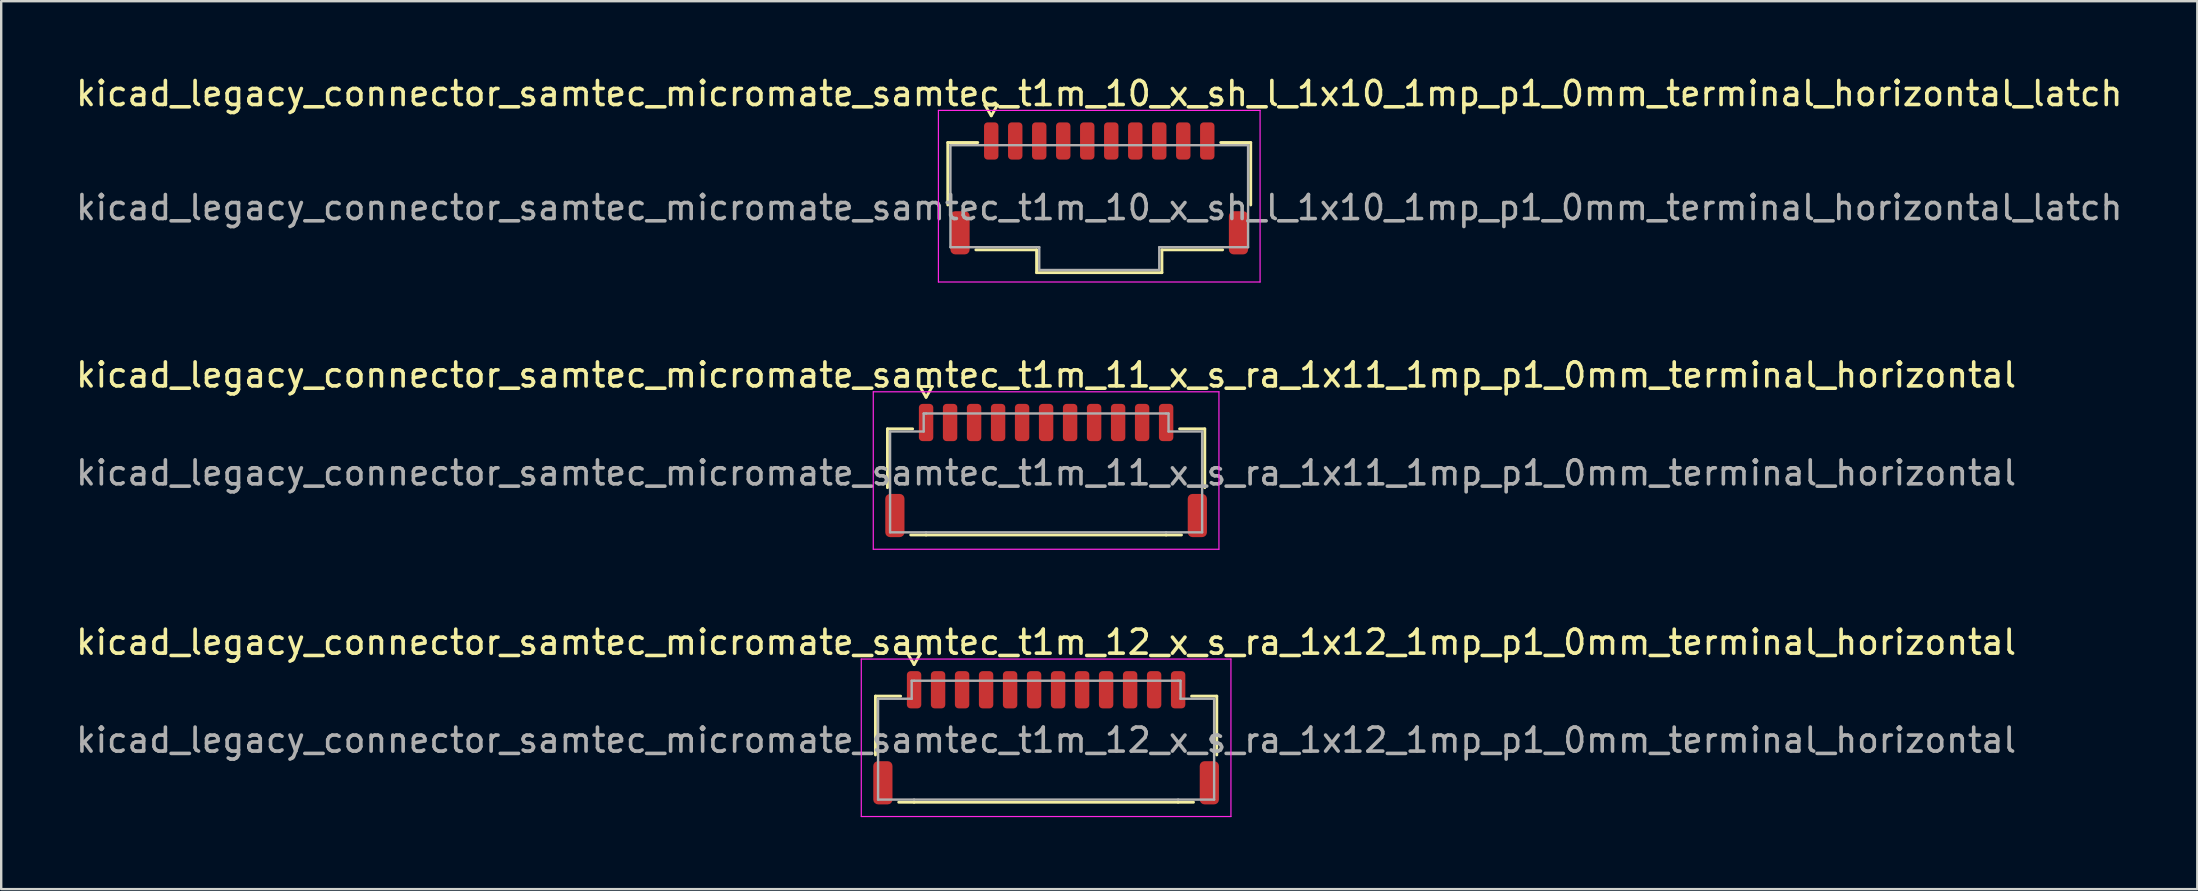
<source format=kicad_pcb>
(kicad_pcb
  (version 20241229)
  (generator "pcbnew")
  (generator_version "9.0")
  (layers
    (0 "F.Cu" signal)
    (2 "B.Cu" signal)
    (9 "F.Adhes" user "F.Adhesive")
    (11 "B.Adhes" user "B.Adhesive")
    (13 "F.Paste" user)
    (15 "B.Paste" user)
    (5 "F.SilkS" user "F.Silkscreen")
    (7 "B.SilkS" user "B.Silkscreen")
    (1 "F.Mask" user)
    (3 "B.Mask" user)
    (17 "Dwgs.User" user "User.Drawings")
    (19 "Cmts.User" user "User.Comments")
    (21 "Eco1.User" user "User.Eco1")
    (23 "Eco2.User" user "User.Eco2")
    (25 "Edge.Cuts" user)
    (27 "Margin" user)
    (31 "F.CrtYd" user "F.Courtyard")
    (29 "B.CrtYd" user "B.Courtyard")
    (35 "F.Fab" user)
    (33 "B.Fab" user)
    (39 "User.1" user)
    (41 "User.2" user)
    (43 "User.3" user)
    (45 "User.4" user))
  (footprint "kicad_legacy_connector_samtec_micromate_samtec_t1m_10_x_sh_l_1x10_1mp_p1_0mm_terminal_horizontal_latch"
    (layer "F.Cu")
    (at 42.744 5.598)
    (property "Reference" "kicad_legacy_connector_samtec_micromate_samtec_t1m_10_x_sh_l_1x10_1mp_p1_0mm_terminal_horizontal_latch" (at 0 -4.75 0) (layer "F.SilkS") (effects (font (size 1 1) (thickness 0.15))))
    (attr smd)
    (fp_line (start -6.31 -2.71) (end -5.06 -2.71) (stroke (width 0.12) (type solid)) (layer "F.SilkS"))
    (fp_line (start -6.31 -0.11) (end -6.31 -2.71) (stroke (width 0.12) (type solid)) (layer "F.SilkS"))
    (fp_line (start -4.76 -4.275) (end -4.5 -3.825) (stroke (width 0.12) (type solid)) (layer "F.SilkS"))
    (fp_line (start -4.5 -3.825) (end -4.24 -4.275) (stroke (width 0.12) (type solid)) (layer "F.SilkS"))
    (fp_line (start -4.24 -4.275) (end -4.76 -4.275) (stroke (width 0.12) (type solid)) (layer "F.SilkS"))
    (fp_line (start -2.61 1.76) (end -5.14 1.76) (stroke (width 0.12) (type solid)) (layer "F.SilkS"))
    (fp_line (start -2.61 2.71) (end -2.61 1.76) (stroke (width 0.12) (type solid)) (layer "F.SilkS"))
    (fp_line (start 2.61 1.76) (end 2.61 2.71) (stroke (width 0.12) (type solid)) (layer "F.SilkS"))
    (fp_line (start 2.61 2.71) (end -2.61 2.71) (stroke (width 0.12) (type solid)) (layer "F.SilkS"))
    (fp_line (start 5.06 -2.71) (end 6.31 -2.71) (stroke (width 0.12) (type solid)) (layer "F.SilkS"))
    (fp_line (start 5.14 1.76) (end 2.61 1.76) (stroke (width 0.12) (type solid)) (layer "F.SilkS"))
    (fp_line (start 6.31 -2.71) (end 6.31 -0.11) (stroke (width 0.12) (type solid)) (layer "F.SilkS"))
    (fp_line (start -6.7 -4.05) (end -6.7 3.1) (stroke (width 0.05) (type solid)) (layer "F.CrtYd"))
    (fp_line (start -6.7 3.1) (end 6.7 3.1) (stroke (width 0.05) (type solid)) (layer "F.CrtYd"))
    (fp_line (start 6.7 -4.05) (end -6.7 -4.05) (stroke (width 0.05) (type solid)) (layer "F.CrtYd"))
    (fp_line (start 6.7 3.1) (end 6.7 -4.05) (stroke (width 0.05) (type solid)) (layer "F.CrtYd"))
    (fp_line (start -6.2 -2.6) (end 6.2 -2.6) (stroke (width 0.1) (type solid)) (layer "F.Fab"))
    (fp_line (start -6.2 1.65) (end -6.2 -2.6) (stroke (width 0.1) (type solid)) (layer "F.Fab"))
    (fp_line (start -2.5 1.65) (end -6.2 1.65) (stroke (width 0.1) (type solid)) (layer "F.Fab"))
    (fp_line (start -2.5 2.6) (end -2.5 1.65) (stroke (width 0.1) (type solid)) (layer "F.Fab"))
    (fp_line (start 2.5 1.65) (end 2.5 2.6) (stroke (width 0.1) (type solid)) (layer "F.Fab"))
    (fp_line (start 2.5 2.6) (end -2.5 2.6) (stroke (width 0.1) (type solid)) (layer "F.Fab"))
    (fp_line (start 6.2 -2.6) (end 6.2 1.65) (stroke (width 0.1) (type solid)) (layer "F.Fab"))
    (fp_line (start 6.2 1.65) (end 2.5 1.65) (stroke (width 0.1) (type solid)) (layer "F.Fab"))
    (fp_text user "${REFERENCE}" (at 0 0 0) (layer "F.Fab") (effects (font (size 1 1) (thickness 0.15))))
    (pad "1" smd roundrect (at -4.5 -2.775) (size 0.6 1.55) (layers "F.Cu" "F.Mask" "F.Paste") (roundrect_rratio 0.25))
    (pad "2" smd roundrect (at -3.5 -2.775) (size 0.6 1.55) (layers "F.Cu" "F.Mask" "F.Paste") (roundrect_rratio 0.25))
    (pad "3" smd roundrect (at -2.5 -2.775) (size 0.6 1.55) (layers "F.Cu" "F.Mask" "F.Paste") (roundrect_rratio 0.25))
    (pad "4" smd roundrect (at -1.5 -2.775) (size 0.6 1.55) (layers "F.Cu" "F.Mask" "F.Paste") (roundrect_rratio 0.25))
    (pad "5" smd roundrect (at -0.5 -2.775) (size 0.6 1.55) (layers "F.Cu" "F.Mask" "F.Paste") (roundrect_rratio 0.25))
    (pad "6" smd roundrect (at 0.5 -2.775) (size 0.6 1.55) (layers "F.Cu" "F.Mask" "F.Paste") (roundrect_rratio 0.25))
    (pad "7" smd roundrect (at 1.5 -2.775) (size 0.6 1.55) (layers "F.Cu" "F.Mask" "F.Paste") (roundrect_rratio 0.25))
    (pad "8" smd roundrect (at 2.5 -2.775) (size 0.6 1.55) (layers "F.Cu" "F.Mask" "F.Paste") (roundrect_rratio 0.25))
    (pad "9" smd roundrect (at 3.5 -2.775) (size 0.6 1.55) (layers "F.Cu" "F.Mask" "F.Paste") (roundrect_rratio 0.25))
    (pad "10" smd roundrect (at 4.5 -2.775) (size 0.6 1.55) (layers "F.Cu" "F.Mask" "F.Paste") (roundrect_rratio 0.25))
    (pad "MP" smd roundrect (at -5.8 1.05) (size 0.8 1.8) (layers "F.Cu" "F.Mask" "F.Paste") (roundrect_rratio 0.25))
    (pad "MP" smd roundrect (at 5.8 1.05) (size 0.8 1.8) (layers "F.Cu" "F.Mask" "F.Paste") (roundrect_rratio 0.25)))
  (footprint "kicad_legacy_connector_samtec_micromate_samtec_t1m_12_x_s_ra_1x12_1mp_p1_0mm_terminal_horizontal"
    (layer "F.Cu")
    (at 40.53 27.785)
    (property "Reference" "kicad_legacy_connector_samtec_micromate_samtec_t1m_12_x_s_ra_1x12_1mp_p1_0mm_terminal_horizontal" (at 0 -4.08 0) (layer "F.SilkS") (effects (font (size 1 1) (thickness 0.15))))
    (attr smd)
    (fp_line (start -7.11 -1.835) (end -6.06 -1.835) (stroke (width 0.12) (type solid)) (layer "F.SilkS"))
    (fp_line (start -7.11 0.615) (end -7.11 -1.835) (stroke (width 0.12) (type solid)) (layer "F.SilkS"))
    (fp_line (start -5.76 -3.6) (end -5.5 -3.15) (stroke (width 0.12) (type solid)) (layer "F.SilkS"))
    (fp_line (start -5.5 -3.15) (end -5.24 -3.6) (stroke (width 0.12) (type solid)) (layer "F.SilkS"))
    (fp_line (start -5.5 2.585) (end -6.14 2.585) (stroke (width 0.12) (type solid)) (layer "F.SilkS"))
    (fp_line (start -5.24 -3.6) (end -5.76 -3.6) (stroke (width 0.12) (type solid)) (layer "F.SilkS"))
    (fp_line (start 5.5 2.585) (end -5.5 2.585) (stroke (width 0.12) (type solid)) (layer "F.SilkS"))
    (fp_line (start 6.06 -1.835) (end 7.11 -1.835) (stroke (width 0.12) (type solid)) (layer "F.SilkS"))
    (fp_line (start 6.14 2.585) (end 5.5 2.585) (stroke (width 0.12) (type solid)) (layer "F.SilkS"))
    (fp_line (start 7.11 -1.835) (end 7.11 0.615) (stroke (width 0.12) (type solid)) (layer "F.SilkS"))
    (fp_line (start -7.7 -3.38) (end -7.7 3.18) (stroke (width 0.05) (type solid)) (layer "F.CrtYd"))
    (fp_line (start -7.7 3.18) (end 7.7 3.18) (stroke (width 0.05) (type solid)) (layer "F.CrtYd"))
    (fp_line (start 7.7 -3.38) (end -7.7 -3.38) (stroke (width 0.05) (type solid)) (layer "F.CrtYd"))
    (fp_line (start 7.7 3.18) (end 7.7 -3.38) (stroke (width 0.05) (type solid)) (layer "F.CrtYd"))
    (fp_line (start -7 -1.725) (end -5.6 -1.725) (stroke (width 0.1) (type solid)) (layer "F.Fab"))
    (fp_line (start -7 2.475) (end -7 -1.725) (stroke (width 0.1) (type solid)) (layer "F.Fab"))
    (fp_line (start -5.6 -2.475) (end -5.5 -2.475) (stroke (width 0.1) (type solid)) (layer "F.Fab"))
    (fp_line (start -5.6 -1.725) (end -5.6 -2.475) (stroke (width 0.1) (type solid)) (layer "F.Fab"))
    (fp_line (start -5.5 -2.475) (end 5.5 -2.475) (stroke (width 0.1) (type solid)) (layer "F.Fab"))
    (fp_line (start -5.5 2.475) (end -7 2.475) (stroke (width 0.1) (type solid)) (layer "F.Fab"))
    (fp_line (start 5.5 -2.475) (end 5.6 -2.475) (stroke (width 0.1) (type solid)) (layer "F.Fab"))
    (fp_line (start 5.5 2.475) (end -5.5 2.475) (stroke (width 0.1) (type solid)) (layer "F.Fab"))
    (fp_line (start 5.6 -2.475) (end 5.6 -1.725) (stroke (width 0.1) (type solid)) (layer "F.Fab"))
    (fp_line (start 5.6 -1.725) (end 7 -1.725) (stroke (width 0.1) (type solid)) (layer "F.Fab"))
    (fp_line (start 7 -1.725) (end 7 2.475) (stroke (width 0.1) (type solid)) (layer "F.Fab"))
    (fp_line (start 7 2.475) (end 5.5 2.475) (stroke (width 0.1) (type solid)) (layer "F.Fab"))
    (fp_text user "${REFERENCE}" (at 0 0 0) (layer "F.Fab") (effects (font (size 1 1) (thickness 0.15))))
    (pad "1" smd roundrect (at -5.5 -2.1) (size 0.6 1.55) (layers "F.Cu" "F.Mask" "F.Paste") (roundrect_rratio 0.25))
    (pad "2" smd roundrect (at -4.5 -2.1) (size 0.6 1.55) (layers "F.Cu" "F.Mask" "F.Paste") (roundrect_rratio 0.25))
    (pad "3" smd roundrect (at -3.5 -2.1) (size 0.6 1.55) (layers "F.Cu" "F.Mask" "F.Paste") (roundrect_rratio 0.25))
    (pad "4" smd roundrect (at -2.5 -2.1) (size 0.6 1.55) (layers "F.Cu" "F.Mask" "F.Paste") (roundrect_rratio 0.25))
    (pad "5" smd roundrect (at -1.5 -2.1) (size 0.6 1.55) (layers "F.Cu" "F.Mask" "F.Paste") (roundrect_rratio 0.25))
    (pad "6" smd roundrect (at -0.5 -2.1) (size 0.6 1.55) (layers "F.Cu" "F.Mask" "F.Paste") (roundrect_rratio 0.25))
    (pad "7" smd roundrect (at 0.5 -2.1) (size 0.6 1.55) (layers "F.Cu" "F.Mask" "F.Paste") (roundrect_rratio 0.25))
    (pad "8" smd roundrect (at 1.5 -2.1) (size 0.6 1.55) (layers "F.Cu" "F.Mask" "F.Paste") (roundrect_rratio 0.25))
    (pad "9" smd roundrect (at 2.5 -2.1) (size 0.6 1.55) (layers "F.Cu" "F.Mask" "F.Paste") (roundrect_rratio 0.25))
    (pad "10" smd roundrect (at 3.5 -2.1) (size 0.6 1.55) (layers "F.Cu" "F.Mask" "F.Paste") (roundrect_rratio 0.25))
    (pad "11" smd roundrect (at 4.5 -2.1) (size 0.6 1.55) (layers "F.Cu" "F.Mask" "F.Paste") (roundrect_rratio 0.25))
    (pad "12" smd roundrect (at 5.5 -2.1) (size 0.6 1.55) (layers "F.Cu" "F.Mask" "F.Paste") (roundrect_rratio 0.25))
    (pad "MP" smd roundrect (at -6.8 1.775) (size 0.8 1.8) (layers "F.Cu" "F.Mask" "F.Paste") (roundrect_rratio 0.25))
    (pad "MP" smd roundrect (at 6.8 1.775) (size 0.8 1.8) (layers "F.Cu" "F.Mask" "F.Paste") (roundrect_rratio 0.25)))
  (footprint "kicad_legacy_connector_samtec_micromate_samtec_t1m_11_x_s_ra_1x11_1mp_p1_0mm_terminal_horizontal"
    (layer "F.Cu")
    (at 40.53 16.651)
    (property "Reference" "kicad_legacy_connector_samtec_micromate_samtec_t1m_11_x_s_ra_1x11_1mp_p1_0mm_terminal_horizontal" (at 0 -4.08 0) (layer "F.SilkS") (effects (font (size 1 1) (thickness 0.15))))
    (attr smd)
    (fp_line (start -6.61 -1.835) (end -5.56 -1.835) (stroke (width 0.12) (type solid)) (layer "F.SilkS"))
    (fp_line (start -6.61 0.615) (end -6.61 -1.835) (stroke (width 0.12) (type solid)) (layer "F.SilkS"))
    (fp_line (start -5.26 -3.6) (end -5 -3.15) (stroke (width 0.12) (type solid)) (layer "F.SilkS"))
    (fp_line (start -5 -3.15) (end -4.74 -3.6) (stroke (width 0.12) (type solid)) (layer "F.SilkS"))
    (fp_line (start -5 2.585) (end -5.64 2.585) (stroke (width 0.12) (type solid)) (layer "F.SilkS"))
    (fp_line (start -4.74 -3.6) (end -5.26 -3.6) (stroke (width 0.12) (type solid)) (layer "F.SilkS"))
    (fp_line (start 5 2.585) (end -5 2.585) (stroke (width 0.12) (type solid)) (layer "F.SilkS"))
    (fp_line (start 5.56 -1.835) (end 6.61 -1.835) (stroke (width 0.12) (type solid)) (layer "F.SilkS"))
    (fp_line (start 5.64 2.585) (end 5 2.585) (stroke (width 0.12) (type solid)) (layer "F.SilkS"))
    (fp_line (start 6.61 -1.835) (end 6.61 0.615) (stroke (width 0.12) (type solid)) (layer "F.SilkS"))
    (fp_line (start -7.2 -3.38) (end -7.2 3.18) (stroke (width 0.05) (type solid)) (layer "F.CrtYd"))
    (fp_line (start -7.2 3.18) (end 7.2 3.18) (stroke (width 0.05) (type solid)) (layer "F.CrtYd"))
    (fp_line (start 7.2 -3.38) (end -7.2 -3.38) (stroke (width 0.05) (type solid)) (layer "F.CrtYd"))
    (fp_line (start 7.2 3.18) (end 7.2 -3.38) (stroke (width 0.05) (type solid)) (layer "F.CrtYd"))
    (fp_line (start -6.5 -1.725) (end -5.1 -1.725) (stroke (width 0.1) (type solid)) (layer "F.Fab"))
    (fp_line (start -6.5 2.475) (end -6.5 -1.725) (stroke (width 0.1) (type solid)) (layer "F.Fab"))
    (fp_line (start -5.1 -2.475) (end -5 -2.475) (stroke (width 0.1) (type solid)) (layer "F.Fab"))
    (fp_line (start -5.1 -1.725) (end -5.1 -2.475) (stroke (width 0.1) (type solid)) (layer "F.Fab"))
    (fp_line (start -5 -2.475) (end 5 -2.475) (stroke (width 0.1) (type solid)) (layer "F.Fab"))
    (fp_line (start -5 2.475) (end -6.5 2.475) (stroke (width 0.1) (type solid)) (layer "F.Fab"))
    (fp_line (start 5 -2.475) (end 5.1 -2.475) (stroke (width 0.1) (type solid)) (layer "F.Fab"))
    (fp_line (start 5 2.475) (end -5 2.475) (stroke (width 0.1) (type solid)) (layer "F.Fab"))
    (fp_line (start 5.1 -2.475) (end 5.1 -1.725) (stroke (width 0.1) (type solid)) (layer "F.Fab"))
    (fp_line (start 5.1 -1.725) (end 6.5 -1.725) (stroke (width 0.1) (type solid)) (layer "F.Fab"))
    (fp_line (start 6.5 -1.725) (end 6.5 2.475) (stroke (width 0.1) (type solid)) (layer "F.Fab"))
    (fp_line (start 6.5 2.475) (end 5 2.475) (stroke (width 0.1) (type solid)) (layer "F.Fab"))
    (fp_text user "${REFERENCE}" (at 0 0 0) (layer "F.Fab") (effects (font (size 1 1) (thickness 0.15))))
    (pad "1" smd roundrect (at -5 -2.1) (size 0.6 1.55) (layers "F.Cu" "F.Mask" "F.Paste") (roundrect_rratio 0.25))
    (pad "2" smd roundrect (at -4 -2.1) (size 0.6 1.55) (layers "F.Cu" "F.Mask" "F.Paste") (roundrect_rratio 0.25))
    (pad "3" smd roundrect (at -3 -2.1) (size 0.6 1.55) (layers "F.Cu" "F.Mask" "F.Paste") (roundrect_rratio 0.25))
    (pad "4" smd roundrect (at -2 -2.1) (size 0.6 1.55) (layers "F.Cu" "F.Mask" "F.Paste") (roundrect_rratio 0.25))
    (pad "5" smd roundrect (at -1 -2.1) (size 0.6 1.55) (layers "F.Cu" "F.Mask" "F.Paste") (roundrect_rratio 0.25))
    (pad "6" smd roundrect (at 0 -2.1) (size 0.6 1.55) (layers "F.Cu" "F.Mask" "F.Paste") (roundrect_rratio 0.25))
    (pad "7" smd roundrect (at 1 -2.1) (size 0.6 1.55) (layers "F.Cu" "F.Mask" "F.Paste") (roundrect_rratio 0.25))
    (pad "8" smd roundrect (at 2 -2.1) (size 0.6 1.55) (layers "F.Cu" "F.Mask" "F.Paste") (roundrect_rratio 0.25))
    (pad "9" smd roundrect (at 3 -2.1) (size 0.6 1.55) (layers "F.Cu" "F.Mask" "F.Paste") (roundrect_rratio 0.25))
    (pad "10" smd roundrect (at 4 -2.1) (size 0.6 1.55) (layers "F.Cu" "F.Mask" "F.Paste") (roundrect_rratio 0.25))
    (pad "11" smd roundrect (at 5 -2.1) (size 0.6 1.55) (layers "F.Cu" "F.Mask" "F.Paste") (roundrect_rratio 0.25))
    (pad "MP" smd roundrect (at -6.3 1.775) (size 0.8 1.8) (layers "F.Cu" "F.Mask" "F.Paste") (roundrect_rratio 0.25))
    (pad "MP" smd roundrect (at 6.3 1.775) (size 0.8 1.8) (layers "F.Cu" "F.Mask" "F.Paste") (roundrect_rratio 0.25)))
  (gr_rect
    (start -3 -3)
    (end 88.488 33.99)
    (stroke (width 0.1) (type default))
    (fill no)
    (layer "Edge.Cuts")))
</source>
